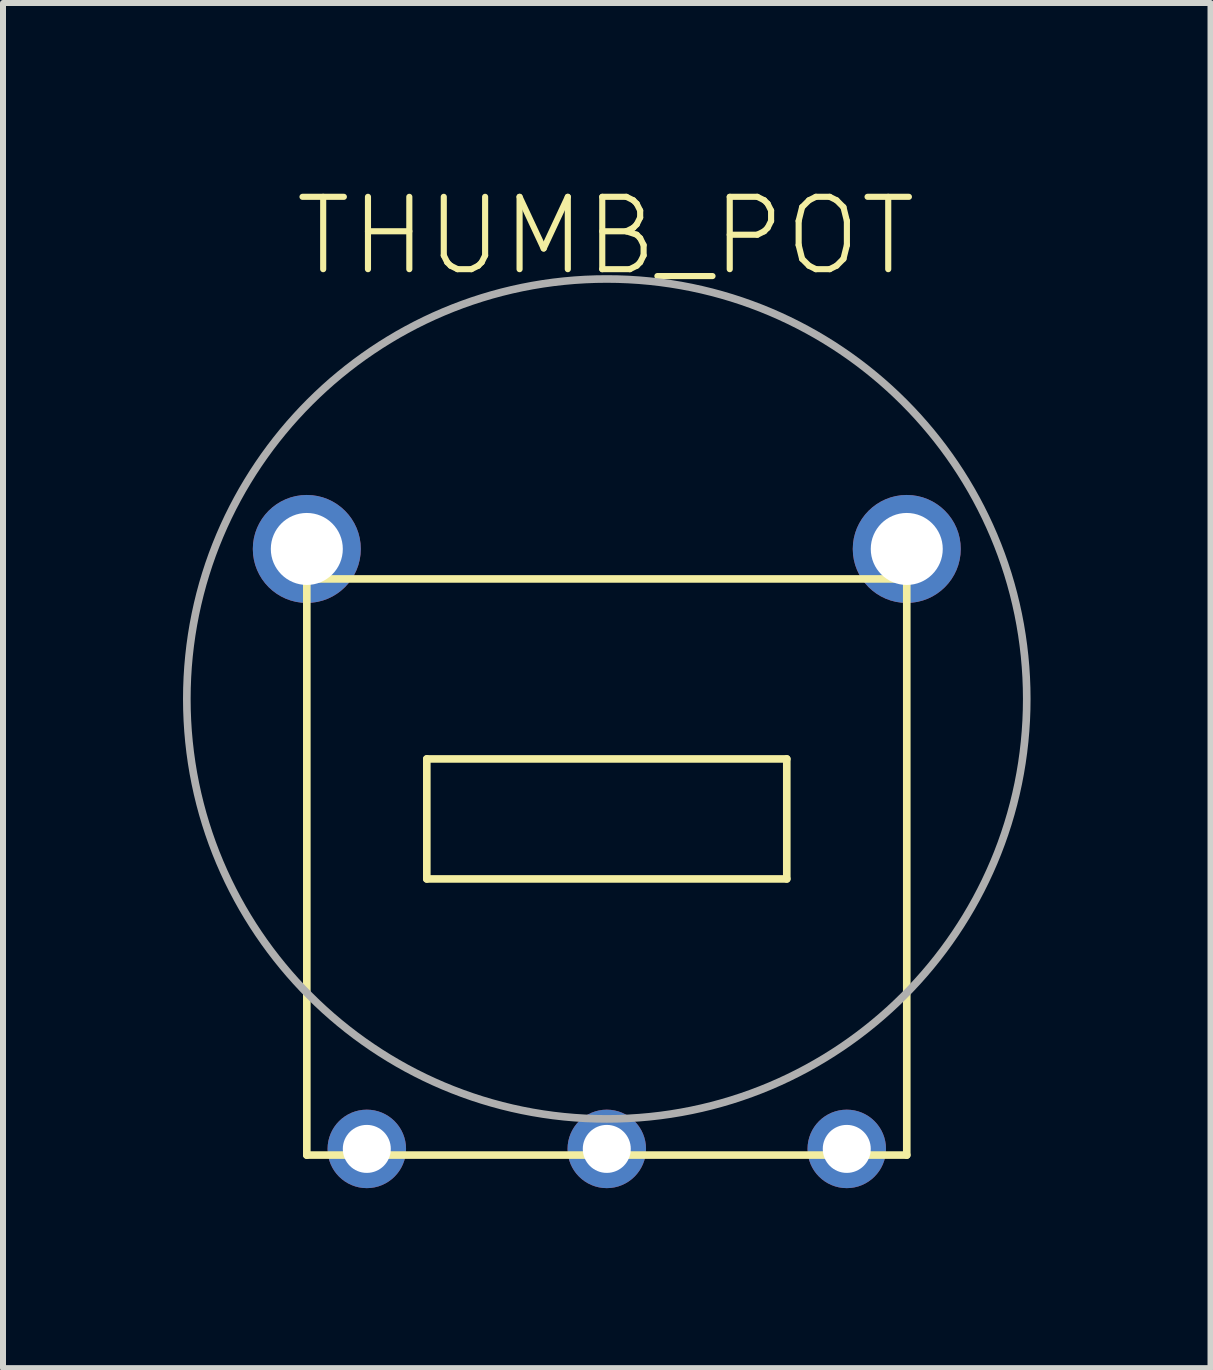
<source format=kicad_pcb>
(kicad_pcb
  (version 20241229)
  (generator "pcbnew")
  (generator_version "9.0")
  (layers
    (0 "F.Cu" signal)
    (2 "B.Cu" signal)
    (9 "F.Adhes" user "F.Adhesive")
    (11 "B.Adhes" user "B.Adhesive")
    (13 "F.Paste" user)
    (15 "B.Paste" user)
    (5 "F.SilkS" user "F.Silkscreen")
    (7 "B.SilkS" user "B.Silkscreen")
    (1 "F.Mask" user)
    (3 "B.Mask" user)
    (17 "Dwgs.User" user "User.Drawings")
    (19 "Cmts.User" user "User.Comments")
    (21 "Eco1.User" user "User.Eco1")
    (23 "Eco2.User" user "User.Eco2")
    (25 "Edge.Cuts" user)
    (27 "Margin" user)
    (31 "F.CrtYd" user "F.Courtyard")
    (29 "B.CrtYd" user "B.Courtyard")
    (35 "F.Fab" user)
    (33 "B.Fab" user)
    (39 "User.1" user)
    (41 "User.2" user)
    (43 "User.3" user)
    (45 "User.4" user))
  (footprint "THUMB_POT"
    (layer "F.Cu")
    (at 7.064 8.6)
    (property "Reference" "THUMB_POT" (at -0.018 -7.716 0) (layer "F.SilkS") (effects (font (size 1.206 1.206) (thickness 0.102))))
    (attr through_hole)
    (fp_line (start -5 -2) (end 5 -2) (stroke (width 0.127) (type solid)) (layer "F.SilkS"))
    (fp_line (start -5 7.603) (end -5 -2) (stroke (width 0.127) (type solid)) (layer "F.SilkS"))
    (fp_line (start -3 1) (end -3 3) (stroke (width 0.127) (type solid)) (layer "F.SilkS"))
    (fp_line (start -3 3) (end 3 3) (stroke (width 0.127) (type solid)) (layer "F.SilkS"))
    (fp_line (start 3 1) (end -3 1) (stroke (width 0.127) (type solid)) (layer "F.SilkS"))
    (fp_line (start 3 3) (end 3 1) (stroke (width 0.127) (type solid)) (layer "F.SilkS"))
    (fp_line (start 5 -2) (end 5 7.603) (stroke (width 0.127) (type solid)) (layer "F.SilkS"))
    (fp_line (start 5 7.603) (end -5 7.603) (stroke (width 0.127) (type solid)) (layer "F.SilkS"))
    (fp_circle (center 0 0) (end 7 0) (stroke (width 0.127) (type solid)) (fill no) (layer "F.Fab"))
    (pad "P$1" thru_hole circle (at -4 7.5) (size 1.308 1.308) (drill 0.8) (layers "*.Cu" "*.Mask"))
    (pad "P$2" thru_hole circle (at 0 7.5) (size 1.308 1.308) (drill 0.8) (layers "*.Cu" "*.Mask"))
    (pad "P$3" thru_hole circle (at 4 7.5) (size 1.308 1.308) (drill 0.8) (layers "*.Cu" "*.Mask"))
    (pad "P$4" thru_hole circle (at -5 -2.5) (size 1.8 1.8) (drill 1.2) (layers "*.Cu" "*.Mask"))
    (pad "P$5" thru_hole circle (at 5 -2.5) (size 1.8 1.8) (drill 1.2) (layers "*.Cu" "*.Mask")))
  (gr_rect
    (start -3 -3)
    (end 17.127 19.754)
    (stroke (width 0.1) (type default))
    (fill no)
    (layer "Edge.Cuts")))
</source>
